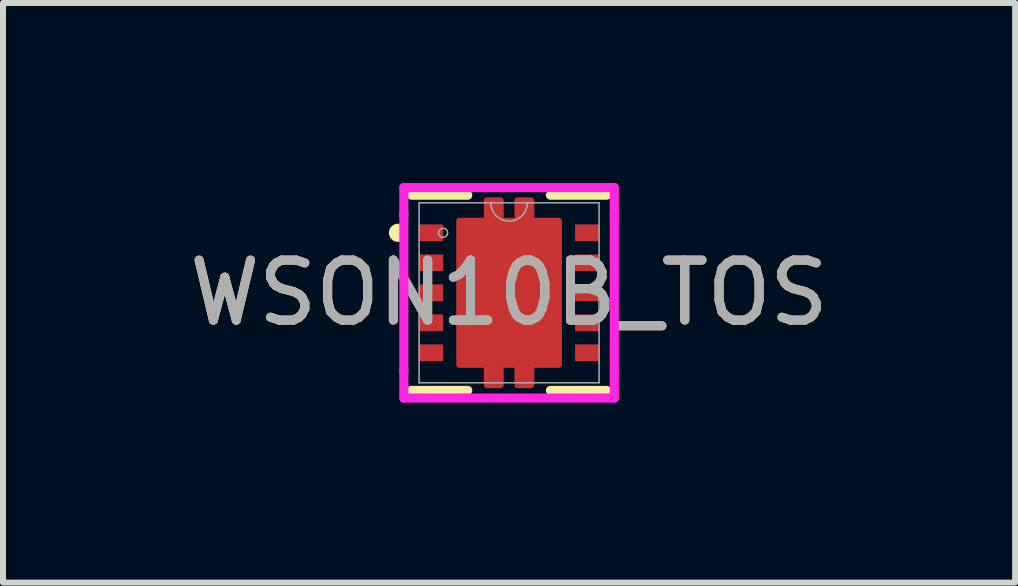
<source format=kicad_pcb>
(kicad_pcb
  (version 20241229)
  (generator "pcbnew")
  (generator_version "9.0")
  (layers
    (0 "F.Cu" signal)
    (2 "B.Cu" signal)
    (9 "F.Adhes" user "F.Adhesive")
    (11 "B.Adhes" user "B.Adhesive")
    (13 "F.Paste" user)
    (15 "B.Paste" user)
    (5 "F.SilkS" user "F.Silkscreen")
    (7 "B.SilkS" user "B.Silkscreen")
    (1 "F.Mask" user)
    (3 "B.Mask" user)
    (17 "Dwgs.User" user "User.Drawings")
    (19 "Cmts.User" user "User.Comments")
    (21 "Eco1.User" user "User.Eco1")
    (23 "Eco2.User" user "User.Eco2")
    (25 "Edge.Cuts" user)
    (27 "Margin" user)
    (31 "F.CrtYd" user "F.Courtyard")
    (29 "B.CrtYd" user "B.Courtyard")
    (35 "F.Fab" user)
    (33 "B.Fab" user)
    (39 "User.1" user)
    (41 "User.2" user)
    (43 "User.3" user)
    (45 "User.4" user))
  (footprint "WSON10B_TOS"
    (layer "F.Cu")
    (at 5.435 1.83)
    (property "Reference" "WSON10B_TOS" (at 0 0 0) (unlocked yes) (layer "F.SilkS") (effects (font (size 1 1) (thickness 0.15))))
    (attr smd)
    (fp_poly (pts (xy -0.368 -1.194) (xy -0.368 -1.537) (xy -0.14 -1.537) (xy -0.14 -1.194)) (stroke (width 0) (type solid)) (fill yes) (layer "F.Cu"))
    (fp_poly (pts (xy -0.368 1.194) (xy -0.368 1.537) (xy -0.14 1.537) (xy -0.14 1.194)) (stroke (width 0) (type solid)) (fill yes) (layer "F.Cu"))
    (fp_poly (pts (xy 0.368 -1.194) (xy 0.368 -1.537) (xy 0.14 -1.537) (xy 0.14 -1.194)) (stroke (width 0) (type solid)) (fill yes) (layer "F.Cu"))
    (fp_poly (pts (xy 0.368 1.194) (xy 0.368 1.537) (xy 0.14 1.537) (xy 0.14 1.194)) (stroke (width 0) (type solid)) (fill yes) (layer "F.Cu"))
    (fp_poly (pts (xy -0.37 -1.54) (xy -0.14 -1.54) (xy -0.14 -1.2) (xy 0.14 -1.2) (xy 0.14 -1.54) (xy 0.37 -1.54) (xy 0.37 -1.2) (xy 0.83 -1.2) (xy 0.83 1.2) (xy 0.37 1.2) (xy 0.37 1.54) (xy 0.14 1.54) (xy 0.14 1.2) (xy -0.14 1.2) (xy -0.14 1.54) (xy -0.37 1.54) (xy -0.37 1.2) (xy -0.83 1.2) (xy -0.83 -1.2) (xy -0.37 -1.2)) (stroke (width 0.1) (type solid)) (fill yes) (layer "F.Cu"))
    (fp_poly (pts (xy -0.368 -1.194) (xy -0.368 -1.537) (xy -0.14 -1.537) (xy -0.14 -1.194)) (stroke (width 0) (type solid)) (fill yes) (layer "F.Mask"))
    (fp_poly (pts (xy -0.368 1.194) (xy -0.368 1.537) (xy -0.14 1.537) (xy -0.14 1.194)) (stroke (width 0) (type solid)) (fill yes) (layer "F.Mask"))
    (fp_poly (pts (xy 0.368 -1.194) (xy 0.368 -1.537) (xy 0.14 -1.537) (xy 0.14 -1.194)) (stroke (width 0) (type solid)) (fill yes) (layer "F.Mask"))
    (fp_poly (pts (xy 0.368 1.194) (xy 0.368 1.537) (xy 0.14 1.537) (xy 0.14 1.194)) (stroke (width 0) (type solid)) (fill yes) (layer "F.Mask"))
    (fp_poly (pts (xy -0.37 -1.54) (xy -0.14 -1.54) (xy -0.14 -1.2) (xy 0.14 -1.2) (xy 0.14 -1.54) (xy 0.37 -1.54) (xy 0.37 -1.2) (xy 0.83 -1.2) (xy 0.83 1.2) (xy 0.37 1.2) (xy 0.37 1.54) (xy 0.14 1.54) (xy 0.14 1.2) (xy -0.14 1.2) (xy -0.14 1.54) (xy -0.37 1.54) (xy -0.37 1.2) (xy -0.83 1.2) (xy -0.83 -1.2) (xy -0.37 -1.2)) (stroke (width 0.1) (type solid)) (fill yes) (layer "F.Mask"))
    (fp_line (start -1.627 1.627) (end -0.689 1.627) (stroke (width 0.152) (type solid)) (layer "F.SilkS"))
    (fp_line (start -0.689 -1.627) (end -1.627 -1.627) (stroke (width 0.152) (type solid)) (layer "F.SilkS"))
    (fp_line (start 0.689 1.627) (end 1.627 1.627) (stroke (width 0.152) (type solid)) (layer "F.SilkS"))
    (fp_line (start 1.627 -1.627) (end 0.689 -1.627) (stroke (width 0.152) (type solid)) (layer "F.SilkS"))
    (fp_arc (start -1.832737 -0.926171) (mid -1.927797 -1) (end -1.832737 -1.073829) (stroke (width 0.1524) (type solid)) (layer "F.SilkS"))
    (fp_poly (pts (xy -0.368 -1.194) (xy -0.368 -1.537) (xy -0.14 -1.537) (xy -0.14 -1.194)) (stroke (width 0) (type solid)) (fill yes) (layer "F.Paste"))
    (fp_poly (pts (xy -0.368 1.194) (xy -0.368 1.537) (xy -0.14 1.537) (xy -0.14 1.194)) (stroke (width 0) (type solid)) (fill yes) (layer "F.Paste"))
    (fp_poly (pts (xy 0.368 -1.194) (xy 0.368 -1.537) (xy 0.14 -1.537) (xy 0.14 -1.194)) (stroke (width 0) (type solid)) (fill yes) (layer "F.Paste"))
    (fp_poly (pts (xy 0.368 1.194) (xy 0.368 1.537) (xy 0.14 1.537) (xy 0.14 1.194)) (stroke (width 0) (type solid)) (fill yes) (layer "F.Paste"))
    (fp_poly (pts (xy -0.37 -1.54) (xy -0.14 -1.54) (xy -0.14 -1.2) (xy 0.14 -1.2) (xy 0.14 -1.54) (xy 0.37 -1.54) (xy 0.37 -1.2) (xy 0.83 -1.2) (xy 0.83 1.2) (xy 0.37 1.2) (xy 0.37 1.54) (xy 0.14 1.54) (xy 0.14 1.2) (xy -0.14 1.2) (xy -0.14 1.54) (xy -0.37 1.54) (xy -0.37 1.2) (xy -0.83 1.2) (xy -0.83 -1.2) (xy -0.37 -1.2)) (stroke (width 0.1) (type solid)) (fill yes) (layer "F.Paste"))
    (fp_line (start -1.754 -1.754) (end 1.754 -1.754) (stroke (width 0.152) (type solid)) (layer "F.CrtYd"))
    (fp_line (start -1.754 -1.301) (end -1.754 -1.754) (stroke (width 0.152) (type solid)) (layer "F.CrtYd"))
    (fp_line (start -1.754 -1.301) (end -1.754 -1.301) (stroke (width 0.152) (type solid)) (layer "F.CrtYd"))
    (fp_line (start -1.754 1.301) (end -1.754 -1.301) (stroke (width 0.152) (type solid)) (layer "F.CrtYd"))
    (fp_line (start -1.754 1.301) (end -1.754 1.301) (stroke (width 0.152) (type solid)) (layer "F.CrtYd"))
    (fp_line (start -1.754 1.754) (end -1.754 1.301) (stroke (width 0.152) (type solid)) (layer "F.CrtYd"))
    (fp_line (start 1.754 -1.754) (end 1.754 -1.301) (stroke (width 0.152) (type solid)) (layer "F.CrtYd"))
    (fp_line (start 1.754 -1.301) (end 1.754 -1.301) (stroke (width 0.152) (type solid)) (layer "F.CrtYd"))
    (fp_line (start 1.754 -1.301) (end 1.754 1.301) (stroke (width 0.152) (type solid)) (layer "F.CrtYd"))
    (fp_line (start 1.754 1.301) (end 1.754 1.301) (stroke (width 0.152) (type solid)) (layer "F.CrtYd"))
    (fp_line (start 1.754 1.301) (end 1.754 1.754) (stroke (width 0.152) (type solid)) (layer "F.CrtYd"))
    (fp_line (start 1.754 1.754) (end -1.754 1.754) (stroke (width 0.152) (type solid)) (layer "F.CrtYd"))
    (fp_line (start -1.5 -1.5) (end -1.5 1.5) (stroke (width 0.025) (type solid)) (layer "F.Fab"))
    (fp_line (start -1.5 1.5) (end 1.5 1.5) (stroke (width 0.025) (type solid)) (layer "F.Fab"))
    (fp_line (start 1.5 -1.5) (end -1.5 -1.5) (stroke (width 0.025) (type solid)) (layer "F.Fab"))
    (fp_line (start 1.5 1.5) (end 1.5 -1.5) (stroke (width 0.025) (type solid)) (layer "F.Fab"))
    (fp_arc (start 0.3048 -1.499997) (mid 0 -1.195197) (end -0.3048 -1.499997) (stroke (width 0.0254) (type solid)) (layer "F.Fab"))
    (fp_circle (center -1.1 -1) (end -1.024 -1) (stroke (width 0.025) (type solid)) (fill no) (layer "F.Fab"))
    (fp_text user "${REFERENCE}" (at 0 0 0) (unlocked yes) (layer "F.Fab") (effects (font (size 1 1) (thickness 0.15))))
    (pad "1" smd rect (at -1.3 -1) (size 0.4 0.279) (layers "F.Cu" "F.Mask" "F.Paste"))
    (pad "2" smd rect (at -1.3 -0.5) (size 0.4 0.279) (layers "F.Cu" "F.Mask" "F.Paste"))
    (pad "3" smd rect (at -1.3 0) (size 0.4 0.279) (layers "F.Cu" "F.Mask" "F.Paste"))
    (pad "4" smd rect (at -1.3 0.5) (size 0.4 0.279) (layers "F.Cu" "F.Mask" "F.Paste"))
    (pad "5" smd rect (at -1.3 1) (size 0.4 0.279) (layers "F.Cu" "F.Mask" "F.Paste"))
    (pad "6" smd rect (at 1.3 1) (size 0.4 0.279) (layers "F.Cu" "F.Mask" "F.Paste"))
    (pad "7" smd rect (at 1.3 0.5) (size 0.4 0.279) (layers "F.Cu" "F.Mask" "F.Paste"))
    (pad "8" smd rect (at 1.3 0) (size 0.4 0.279) (layers "F.Cu" "F.Mask" "F.Paste"))
    (pad "9" smd rect (at 1.3 -0.5) (size 0.4 0.279) (layers "F.Cu" "F.Mask" "F.Paste"))
    (pad "10" smd rect (at 1.3 -1) (size 0.4 0.279) (layers "F.Cu" "F.Mask" "F.Paste"))
    (pad "11" smd custom (at 0 0) (size 1.651 2.388) (layers "F.Cu" "F.Mask" "F.Paste") (options (anchor rect)) (primitives)))
  (gr_rect
    (start -3 -3)
    (end 13.869 6.66)
    (stroke (width 0.1) (type default))
    (fill no)
    (layer "Edge.Cuts")))
</source>
